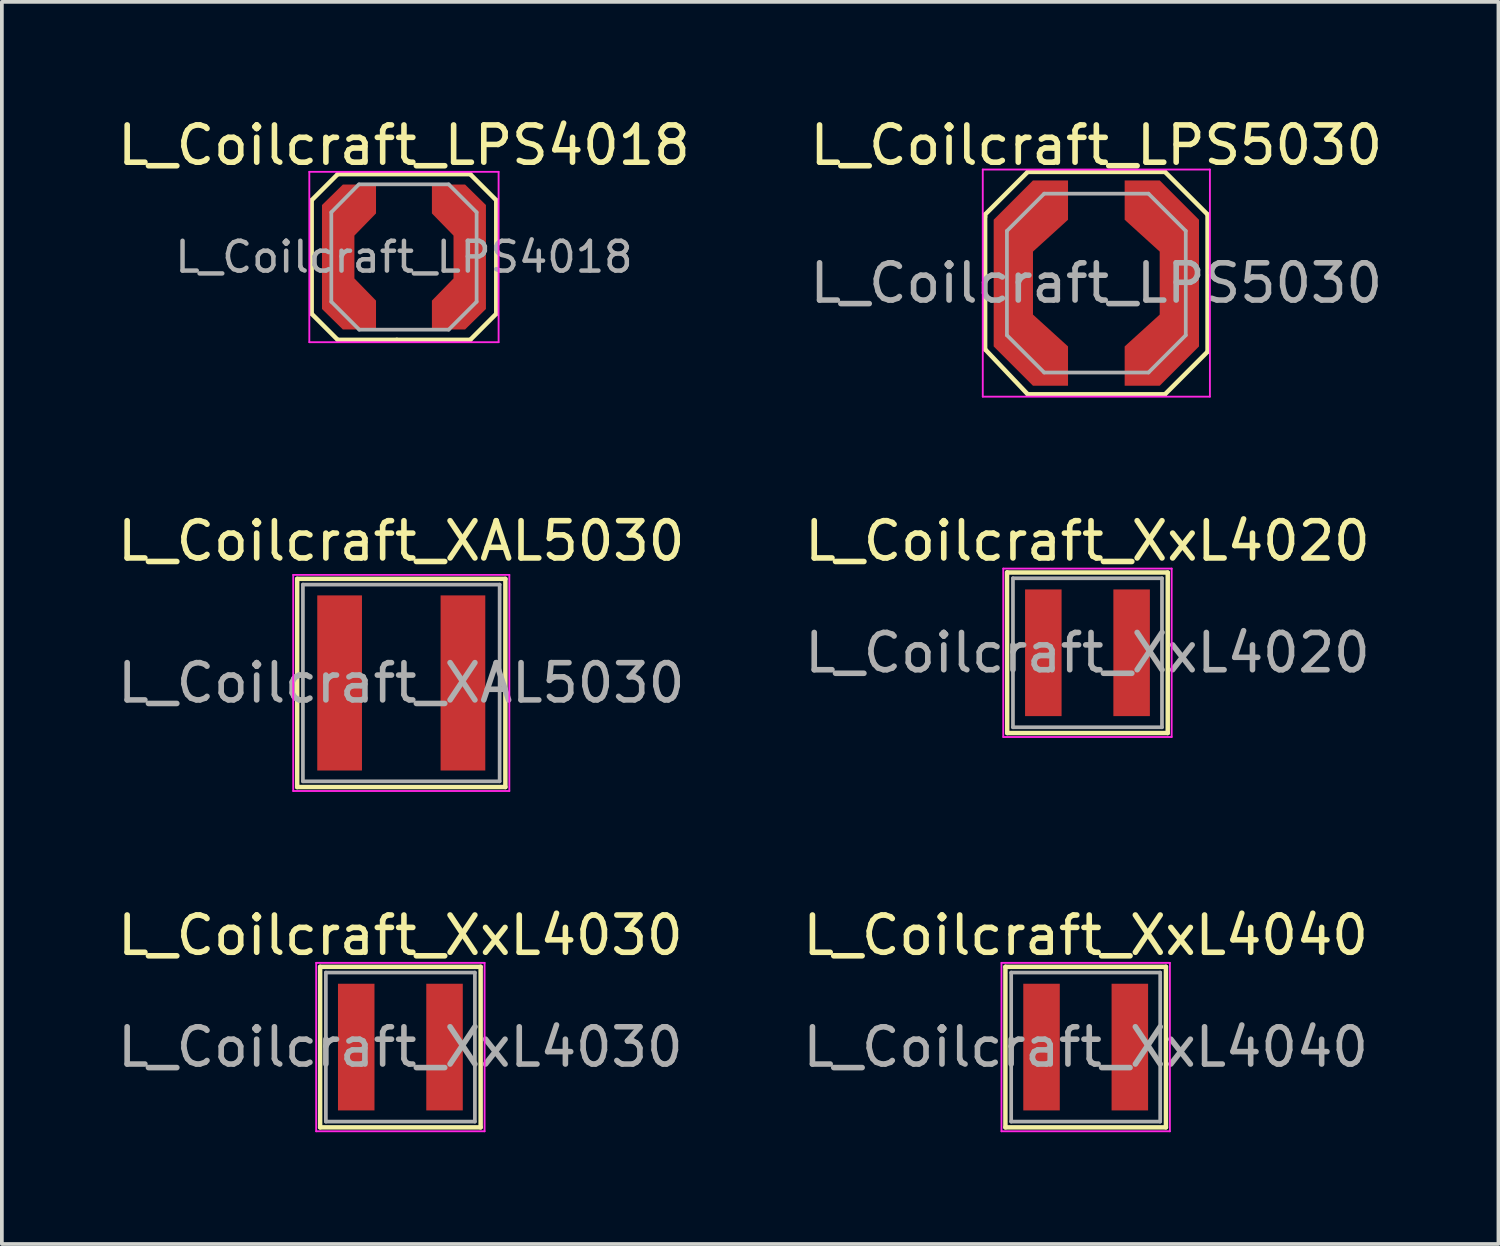
<source format=kicad_pcb>
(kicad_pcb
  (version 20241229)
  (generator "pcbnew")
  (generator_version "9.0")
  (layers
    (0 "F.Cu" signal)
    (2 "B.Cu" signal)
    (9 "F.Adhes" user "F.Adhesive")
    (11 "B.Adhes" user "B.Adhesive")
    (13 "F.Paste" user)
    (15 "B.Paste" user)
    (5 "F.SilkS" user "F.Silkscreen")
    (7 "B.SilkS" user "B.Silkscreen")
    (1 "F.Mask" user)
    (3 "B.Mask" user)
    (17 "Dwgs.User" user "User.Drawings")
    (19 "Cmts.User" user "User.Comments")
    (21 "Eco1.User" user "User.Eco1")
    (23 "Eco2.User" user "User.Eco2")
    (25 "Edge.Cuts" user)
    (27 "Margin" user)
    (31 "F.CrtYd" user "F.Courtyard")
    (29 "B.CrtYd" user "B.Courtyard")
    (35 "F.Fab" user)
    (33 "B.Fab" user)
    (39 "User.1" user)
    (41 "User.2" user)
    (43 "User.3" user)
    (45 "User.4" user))
  (footprint "L_Coilcraft_LPS4018"
    (layer "F.Cu")
    (at 7.792 3.848)
    (property "Reference" "L_Coilcraft_LPS4018" (at 0 -3 0) (layer "F.SilkS") (effects (font (size 1 1) (thickness 0.15))))
    (attr smd)
    (fp_line (start -2.477 -1.524) (end -1.778 -2.223) (stroke (width 0.12) (type solid)) (layer "F.SilkS"))
    (fp_line (start -2.477 1.524) (end -2.477 -1.524) (stroke (width 0.12) (type solid)) (layer "F.SilkS"))
    (fp_line (start -1.778 -2.223) (end 1.778 -2.223) (stroke (width 0.12) (type solid)) (layer "F.SilkS"))
    (fp_line (start -1.778 2.223) (end -2.477 1.524) (stroke (width 0.12) (type solid)) (layer "F.SilkS"))
    (fp_line (start -0.191 2.223) (end -1.778 2.223) (stroke (width 0.12) (type solid)) (layer "F.SilkS"))
    (fp_line (start 1.778 -2.223) (end 2.477 -1.524) (stroke (width 0.12) (type solid)) (layer "F.SilkS"))
    (fp_line (start 1.778 2.223) (end -0.191 2.223) (stroke (width 0.12) (type solid)) (layer "F.SilkS"))
    (fp_line (start 2.477 -1.524) (end 2.477 1.524) (stroke (width 0.12) (type solid)) (layer "F.SilkS"))
    (fp_line (start 2.477 1.524) (end 1.778 2.223) (stroke (width 0.12) (type solid)) (layer "F.SilkS"))
    (fp_line (start -2.54 -2.286) (end -2.54 2.286) (stroke (width 0.05) (type solid)) (layer "F.CrtYd"))
    (fp_line (start -2.54 -2.286) (end 2.54 -2.286) (stroke (width 0.05) (type solid)) (layer "F.CrtYd"))
    (fp_line (start -2.54 2.286) (end 2.54 2.286) (stroke (width 0.05) (type solid)) (layer "F.CrtYd"))
    (fp_line (start 2.54 -2.286) (end 2.54 2.286) (stroke (width 0.05) (type solid)) (layer "F.CrtYd"))
    (fp_line (start -1.95 -1.2) (end -1.21 -1.95) (stroke (width 0.1) (type solid)) (layer "F.Fab"))
    (fp_line (start -1.95 1.2) (end -1.95 -1.2) (stroke (width 0.1) (type solid)) (layer "F.Fab"))
    (fp_line (start -1.95 1.2) (end -1.2 1.95) (stroke (width 0.1) (type solid)) (layer "F.Fab"))
    (fp_line (start -1.2 -1.95) (end 1.2 -1.95) (stroke (width 0.1) (type solid)) (layer "F.Fab"))
    (fp_line (start 1.2 -1.95) (end 1.95 -1.2) (stroke (width 0.1) (type solid)) (layer "F.Fab"))
    (fp_line (start 1.2 1.95) (end -1.2 1.95) (stroke (width 0.1) (type solid)) (layer "F.Fab"))
    (fp_line (start 1.2 1.95) (end 1.95 1.2) (stroke (width 0.1) (type solid)) (layer "F.Fab"))
    (fp_line (start 1.95 -1.2) (end 1.95 1.2) (stroke (width 0.1) (type solid)) (layer "F.Fab"))
    (fp_text user "${REFERENCE}" (at 0 0 0) (layer "F.Fab") (effects (font (size 0.8 0.8) (thickness 0.12))))
    (pad "1" smd custom (at -1.765 0) (size 0.87 2.79) (layers "F.Cu" "F.Mask" "F.Paste") (options (anchor rect)) (primitives (gr_poly (pts (xy -0.435 -1.395) (xy 0.125 -1.945) (xy 1.015 -1.945) (xy 1.015 -1.17) (xy 0.435 -0.575) (xy 0.435 0.575) (xy 1.015 1.17) (xy 1.015 1.945) (xy 0.125 1.945) (xy -0.435 1.395)) (width 0) (fill yes))))
    (pad "2" smd custom (at 1.765 0) (size 0.87 2.79) (layers "F.Cu" "F.Mask" "F.Paste") (options (anchor rect)) (primitives (gr_poly (pts (xy 0.435 -1.395) (xy -0.125 -1.945) (xy -1.015 -1.945) (xy -1.015 -1.17) (xy -0.435 -0.575) (xy -0.435 0.575) (xy -1.015 1.17) (xy -1.015 1.945) (xy -0.125 1.945) (xy 0.435 1.395)) (width 0) (fill yes)))))
  (footprint "L_Coilcraft_XxL4040"
    (layer "F.Cu")
    (at 26.089 25.053)
    (property "Reference" "L_Coilcraft_XxL4040" (at 0 -3 0) (layer "F.SilkS") (effects (font (size 1 1) (thickness 0.15))))
    (attr smd)
    (fp_line (start -2.154 -2.154) (end -2.154 2.154) (stroke (width 0.12) (type solid)) (layer "F.SilkS"))
    (fp_line (start -2.154 -2.154) (end 2.154 -2.154) (stroke (width 0.12) (type solid)) (layer "F.SilkS"))
    (fp_line (start 2.154 2.154) (end -2.154 2.154) (stroke (width 0.12) (type solid)) (layer "F.SilkS"))
    (fp_line (start 2.154 2.154) (end 2.154 -2.154) (stroke (width 0.12) (type solid)) (layer "F.SilkS"))
    (fp_line (start -2.26 -2.26) (end 2.26 -2.26) (stroke (width 0.05) (type solid)) (layer "F.CrtYd"))
    (fp_line (start -2.26 2.26) (end -2.26 -2.26) (stroke (width 0.05) (type solid)) (layer "F.CrtYd"))
    (fp_line (start 2.26 -2.26) (end 2.26 2.26) (stroke (width 0.05) (type solid)) (layer "F.CrtYd"))
    (fp_line (start 2.26 2.26) (end -2.26 2.26) (stroke (width 0.05) (type solid)) (layer "F.CrtYd"))
    (fp_line (start -2 -2) (end 2 -2) (stroke (width 0.1) (type solid)) (layer "F.Fab"))
    (fp_line (start -2 2) (end -2 -2) (stroke (width 0.1) (type solid)) (layer "F.Fab"))
    (fp_line (start 2 -2) (end 2 2) (stroke (width 0.1) (type solid)) (layer "F.Fab"))
    (fp_line (start 2 2) (end -2 2) (stroke (width 0.1) (type solid)) (layer "F.Fab"))
    (fp_text user "${REFERENCE}" (at 0 0 0) (layer "F.Fab") (effects (font (size 1 1) (thickness 0.15))))
    (pad "1" smd rect (at -1.185 0) (size 0.98 3.4) (layers "F.Cu" "F.Mask" "F.Paste"))
    (pad "2" smd rect (at 1.185 0) (size 0.98 3.4) (layers "F.Cu" "F.Mask" "F.Paste")))
  (footprint "L_Coilcraft_LPS5030"
    (layer "F.Cu")
    (at 26.375 4.548)
    (property "Reference" "L_Coilcraft_LPS5030" (at 0 -3.7 0) (layer "F.SilkS") (effects (font (size 1 1) (thickness 0.15))))
    (attr smd)
    (fp_line (start -2.985 -1.841) (end -1.841 -2.985) (stroke (width 0.12) (type solid)) (layer "F.SilkS"))
    (fp_line (start -2.985 -1.778) (end -2.985 -1.841) (stroke (width 0.12) (type solid)) (layer "F.SilkS"))
    (fp_line (start -2.985 1.778) (end -2.985 -1.778) (stroke (width 0.12) (type solid)) (layer "F.SilkS"))
    (fp_line (start -1.841 -2.985) (end 1.841 -2.985) (stroke (width 0.12) (type solid)) (layer "F.SilkS"))
    (fp_line (start -1.841 2.985) (end -2.985 1.778) (stroke (width 0.12) (type solid)) (layer "F.SilkS"))
    (fp_line (start 1.841 -2.985) (end 2.985 -1.841) (stroke (width 0.12) (type solid)) (layer "F.SilkS"))
    (fp_line (start 1.841 2.985) (end -1.841 2.985) (stroke (width 0.12) (type solid)) (layer "F.SilkS"))
    (fp_line (start 2.985 -1.841) (end 2.985 1.841) (stroke (width 0.12) (type solid)) (layer "F.SilkS"))
    (fp_line (start 2.985 1.841) (end 1.841 2.985) (stroke (width 0.12) (type solid)) (layer "F.SilkS"))
    (fp_line (start -3.048 -3.048) (end 3.048 -3.048) (stroke (width 0.05) (type solid)) (layer "F.CrtYd"))
    (fp_line (start -3.048 3.048) (end -3.048 -3.048) (stroke (width 0.05) (type solid)) (layer "F.CrtYd"))
    (fp_line (start 3.048 -3.048) (end 3.048 3.048) (stroke (width 0.05) (type solid)) (layer "F.CrtYd"))
    (fp_line (start 3.048 3.048) (end -3.048 3.048) (stroke (width 0.05) (type solid)) (layer "F.CrtYd"))
    (fp_line (start -2.4 -1.4) (end -1.4 -2.4) (stroke (width 0.1) (type solid)) (layer "F.Fab"))
    (fp_line (start -2.4 1.4) (end -2.4 -1.4) (stroke (width 0.1) (type solid)) (layer "F.Fab"))
    (fp_line (start -2.4 1.4) (end -1.4 2.4) (stroke (width 0.1) (type solid)) (layer "F.Fab"))
    (fp_line (start -1.4 -2.4) (end 1.4 -2.4) (stroke (width 0.1) (type solid)) (layer "F.Fab"))
    (fp_line (start 1.4 -2.4) (end 2.4 -1.4) (stroke (width 0.1) (type solid)) (layer "F.Fab"))
    (fp_line (start 1.4 2.4) (end -1.4 2.4) (stroke (width 0.1) (type solid)) (layer "F.Fab"))
    (fp_line (start 2.4 -1.4) (end 2.4 1.4) (stroke (width 0.1) (type solid)) (layer "F.Fab"))
    (fp_line (start 2.4 1.4) (end 1.4 2.4) (stroke (width 0.1) (type solid)) (layer "F.Fab"))
    (fp_text user "${REFERENCE}" (at 0 0 0) (layer "F.Fab") (effects (font (size 1 1) (thickness 0.15))))
    (pad "1" smd custom (at -2.228 0) (size 1.055 3.4) (layers "F.Cu" "F.Mask" "F.Paste") (options (anchor rect)) (primitives (gr_poly (pts (xy 1.468 -1.7) (xy 0.527 -0.845) (xy 0.527 0.845) (xy 1.468 1.7) (xy 1.468 2.755) (xy 0.527 2.755) (xy -0.527 1.7) (xy -0.527 -1.7) (xy 0.527 -2.755) (xy 1.468 -2.755)) (width 0) (fill yes))))
    (pad "2" smd custom (at 2.228 0) (size 1.055 3.4) (layers "F.Cu" "F.Mask" "F.Paste") (options (anchor rect)) (primitives (gr_poly (pts (xy -1.468 -1.7) (xy -0.527 -0.845) (xy -0.527 0.845) (xy -1.468 1.7) (xy -1.468 2.755) (xy -0.527 2.755) (xy 0.527 1.7) (xy 0.527 -1.7) (xy -0.527 -2.755) (xy -1.468 -2.755)) (width 0) (fill yes)))))
  (footprint "L_Coilcraft_XAL5030"
    (layer "F.Cu")
    (at 7.72 15.28)
    (property "Reference" "L_Coilcraft_XAL5030" (at 0 -3.81 0) (layer "F.SilkS") (effects (font (size 1 1) (thickness 0.15))))
    (attr smd)
    (fp_line (start -2.794 -2.794) (end -2.794 2.794) (stroke (width 0.12) (type solid)) (layer "F.SilkS"))
    (fp_line (start -2.794 -2.794) (end 2.794 -2.794) (stroke (width 0.12) (type solid)) (layer "F.SilkS"))
    (fp_line (start 2.794 2.794) (end -2.794 2.794) (stroke (width 0.12) (type solid)) (layer "F.SilkS"))
    (fp_line (start 2.794 2.794) (end 2.794 -2.794) (stroke (width 0.12) (type solid)) (layer "F.SilkS"))
    (fp_line (start -2.9 -2.9) (end 2.9 -2.9) (stroke (width 0.05) (type solid)) (layer "F.CrtYd"))
    (fp_line (start -2.9 2.9) (end -2.9 -2.9) (stroke (width 0.05) (type solid)) (layer "F.CrtYd"))
    (fp_line (start 2.9 -2.9) (end 2.9 2.9) (stroke (width 0.05) (type solid)) (layer "F.CrtYd"))
    (fp_line (start 2.9 2.9) (end -2.9 2.9) (stroke (width 0.05) (type solid)) (layer "F.CrtYd"))
    (fp_line (start -2.64 -2.64) (end 2.64 -2.64) (stroke (width 0.1) (type solid)) (layer "F.Fab"))
    (fp_line (start -2.64 2.64) (end -2.64 -2.64) (stroke (width 0.1) (type solid)) (layer "F.Fab"))
    (fp_line (start 2.64 -2.64) (end 2.64 2.64) (stroke (width 0.1) (type solid)) (layer "F.Fab"))
    (fp_line (start 2.64 2.64) (end -2.64 2.64) (stroke (width 0.1) (type solid)) (layer "F.Fab"))
    (fp_text user "${REFERENCE}" (at 0 0 0) (layer "F.Fab") (effects (font (size 1 1) (thickness 0.15))))
    (pad "1" smd rect (at -1.655 0) (size 1.2 4.7) (layers "F.Cu" "F.Mask" "F.Paste"))
    (pad "2" smd rect (at 1.655 0) (size 1.2 4.7) (layers "F.Cu" "F.Mask" "F.Paste")))
  (footprint "L_Coilcraft_XxL4030"
    (layer "F.Cu")
    (at 7.696 25.053)
    (property "Reference" "L_Coilcraft_XxL4030" (at 0 -3 0) (layer "F.SilkS") (effects (font (size 1 1) (thickness 0.15))))
    (attr smd)
    (fp_line (start -2.154 -2.154) (end -2.154 2.154) (stroke (width 0.12) (type solid)) (layer "F.SilkS"))
    (fp_line (start -2.154 -2.154) (end 2.154 -2.154) (stroke (width 0.12) (type solid)) (layer "F.SilkS"))
    (fp_line (start 2.154 2.154) (end -2.154 2.154) (stroke (width 0.12) (type solid)) (layer "F.SilkS"))
    (fp_line (start 2.154 2.154) (end 2.154 -2.154) (stroke (width 0.12) (type solid)) (layer "F.SilkS"))
    (fp_line (start -2.26 -2.26) (end 2.26 -2.26) (stroke (width 0.05) (type solid)) (layer "F.CrtYd"))
    (fp_line (start -2.26 2.26) (end -2.26 -2.26) (stroke (width 0.05) (type solid)) (layer "F.CrtYd"))
    (fp_line (start 2.26 -2.26) (end 2.26 2.26) (stroke (width 0.05) (type solid)) (layer "F.CrtYd"))
    (fp_line (start 2.26 2.26) (end -2.26 2.26) (stroke (width 0.05) (type solid)) (layer "F.CrtYd"))
    (fp_line (start -2 -2) (end 2 -2) (stroke (width 0.1) (type solid)) (layer "F.Fab"))
    (fp_line (start -2 2) (end -2 -2) (stroke (width 0.1) (type solid)) (layer "F.Fab"))
    (fp_line (start 2 -2) (end 2 2) (stroke (width 0.1) (type solid)) (layer "F.Fab"))
    (fp_line (start 2 2) (end -2 2) (stroke (width 0.1) (type solid)) (layer "F.Fab"))
    (fp_text user "${REFERENCE}" (at 0 0 0) (layer "F.Fab") (effects (font (size 1 1) (thickness 0.15))))
    (pad "1" smd rect (at -1.185 0) (size 0.98 3.4) (layers "F.Cu" "F.Mask" "F.Paste"))
    (pad "2" smd rect (at 1.185 0) (size 0.98 3.4) (layers "F.Cu" "F.Mask" "F.Paste")))
  (footprint "L_Coilcraft_XxL4020"
    (layer "F.Cu")
    (at 26.137 14.47)
    (property "Reference" "L_Coilcraft_XxL4020" (at 0 -3 0) (layer "F.SilkS") (effects (font (size 1 1) (thickness 0.15))))
    (attr smd)
    (fp_line (start -2.159 -2.159) (end -2.154 2.154) (stroke (width 0.12) (type solid)) (layer "F.SilkS"))
    (fp_line (start -2.154 -2.154) (end 2.154 -2.154) (stroke (width 0.12) (type solid)) (layer "F.SilkS"))
    (fp_line (start 2.154 2.154) (end -2.154 2.154) (stroke (width 0.12) (type solid)) (layer "F.SilkS"))
    (fp_line (start 2.154 2.154) (end 2.154 -2.154) (stroke (width 0.12) (type solid)) (layer "F.SilkS"))
    (fp_line (start -2.26 -2.26) (end 2.26 -2.26) (stroke (width 0.05) (type solid)) (layer "F.CrtYd"))
    (fp_line (start -2.26 2.26) (end -2.26 -2.26) (stroke (width 0.05) (type solid)) (layer "F.CrtYd"))
    (fp_line (start 2.26 -2.26) (end 2.26 2.26) (stroke (width 0.05) (type solid)) (layer "F.CrtYd"))
    (fp_line (start 2.26 2.26) (end -2.26 2.26) (stroke (width 0.05) (type solid)) (layer "F.CrtYd"))
    (fp_line (start -2 -2) (end 2 -2) (stroke (width 0.1) (type solid)) (layer "F.Fab"))
    (fp_line (start -2 2) (end -2 -2) (stroke (width 0.1) (type solid)) (layer "F.Fab"))
    (fp_line (start 2 -2) (end 2 2) (stroke (width 0.1) (type solid)) (layer "F.Fab"))
    (fp_line (start 2 2) (end -2 2) (stroke (width 0.1) (type solid)) (layer "F.Fab"))
    (fp_text user "${REFERENCE}" (at 0 0 0) (layer "F.Fab") (effects (font (size 1 1) (thickness 0.15))))
    (pad "1" smd rect (at -1.185 0) (size 0.98 3.4) (layers "F.Cu" "F.Mask" "F.Paste"))
    (pad "2" smd rect (at 1.185 0) (size 0.98 3.4) (layers "F.Cu" "F.Mask" "F.Paste")))
  (gr_rect
    (start -3 -3)
    (end 37.167 30.338)
    (stroke (width 0.1) (type default))
    (fill no)
    (layer "Edge.Cuts")))
</source>
